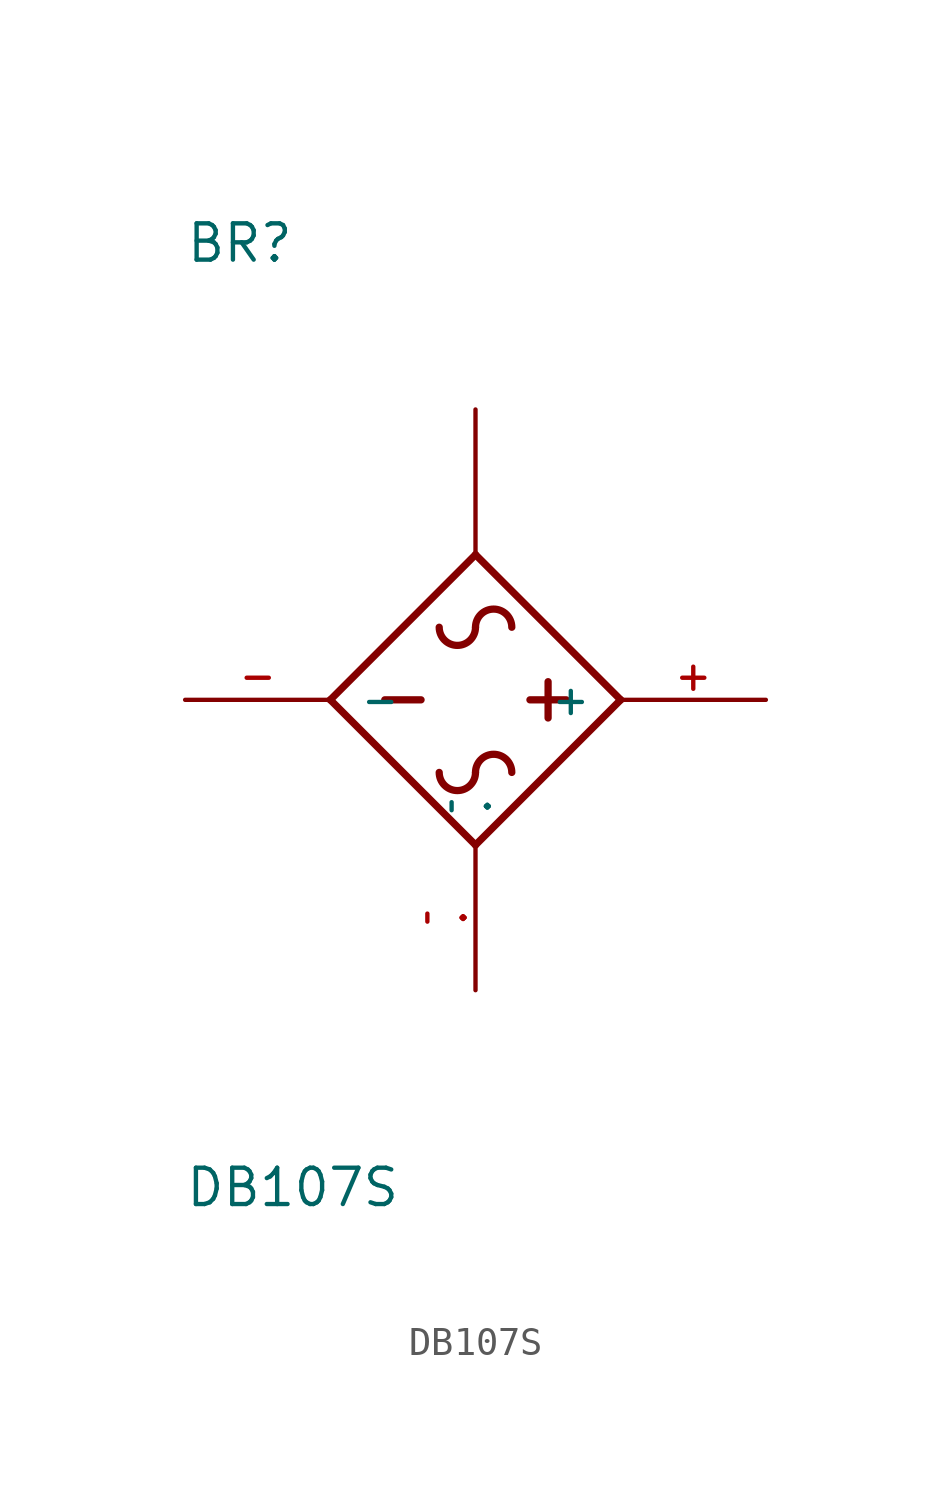
<source format=kicad_sym>
(kicad_symbol_lib
  (version 20210619)
  (generator kicad_symbol_editor)
  (symbol "DB107S:DB107S"
    (pin_names
      (offset 1.016))
    (property "Reference" "BR"
      (at -10.16 15.24 0)
      (effects (font (size 1.27 1.27)) (justify left bottom)))
    (property "Value" "DB107S"
      (at -10.185 -17.805 0)
      (effects (font (size 1.27 1.27)) (justify left bottom)))
    (property "ki_locked" ""
      (at 0 0 0)
      (effects (font (size 1.27 1.27))))
    (symbol "DB107S_0_0"
      (arc (start -1.27 -2.54) (end 0 -2.54) (radius (at -0.635 -2.54) (length 0.635) (angles -0.1 180)) (stroke (width 0.254)) (fill (type none)))
      (arc (start -1.27 2.54) (end 0 2.54) (radius (at -0.635 2.54) (length 0.635) (angles -0.1 180)) (stroke (width 0.254)) (fill (type none)))
      (arc (start 1.27 -2.54) (end 0 -2.54) (radius (at 0.635 -2.54) (length 0.635) (angles 179.9 0)) (stroke (width 0.254)) (fill (type none)))
      (arc (start 1.27 2.54) (end 0 2.54) (radius (at 0.635 2.54) (length 0.635) (angles 179.9 0)) (stroke (width 0.254)) (fill (type none)))
      (polyline (pts (xy -5.08 0) (xy 0 -5.08)) (stroke (width 0.254)) (fill (type none)))
      (polyline (pts (xy -1.905 0) (xy -3.175 0)) (stroke (width 0.254)) (fill (type none)))
      (polyline (pts (xy 0 -5.08) (xy 5.08 0)) (stroke (width 0.254)) (fill (type none)))
      (polyline (pts (xy 0 5.08) (xy -5.08 0)) (stroke (width 0.254)) (fill (type none)))
      (polyline (pts (xy 1.905 0) (xy 3.175 0)) (stroke (width 0.254)) (fill (type none)))
      (polyline (pts (xy 2.54 0.635) (xy 2.54 -0.635)) (stroke (width 0.254)) (fill (type none)))
      (polyline (pts (xy 5.08 0) (xy 0 5.08)) (stroke (width 0.254)) (fill (type none)))
      (pin power_out line (at 10.16 0 180) (length 5.08) (name "+" (effects (font (size 1.016 1.016)))) (number "+" (effects (font (size 1.016 1.016)))))
      (pin power_out line (at -10.16 0 0) (length 5.08) (name "-" (effects (font (size 1.016 1.016)))) (number "-" (effects (font (size 1.016 1.016)))))
      (pin power_in line (at 0 10.16 270) (length 5.08) (name "~" (effects (font (size 1.016 1.016)))) (number "~" (effects (font (size 1.016 1.016)))))
      (pin power_in line (at 0 -10.16 90) (length 5.08) (name "~{.}" (effects (font (size 1.016 1.016)))) (number "~{.}" (effects (font (size 1.016 1.016))))))))
</source>
